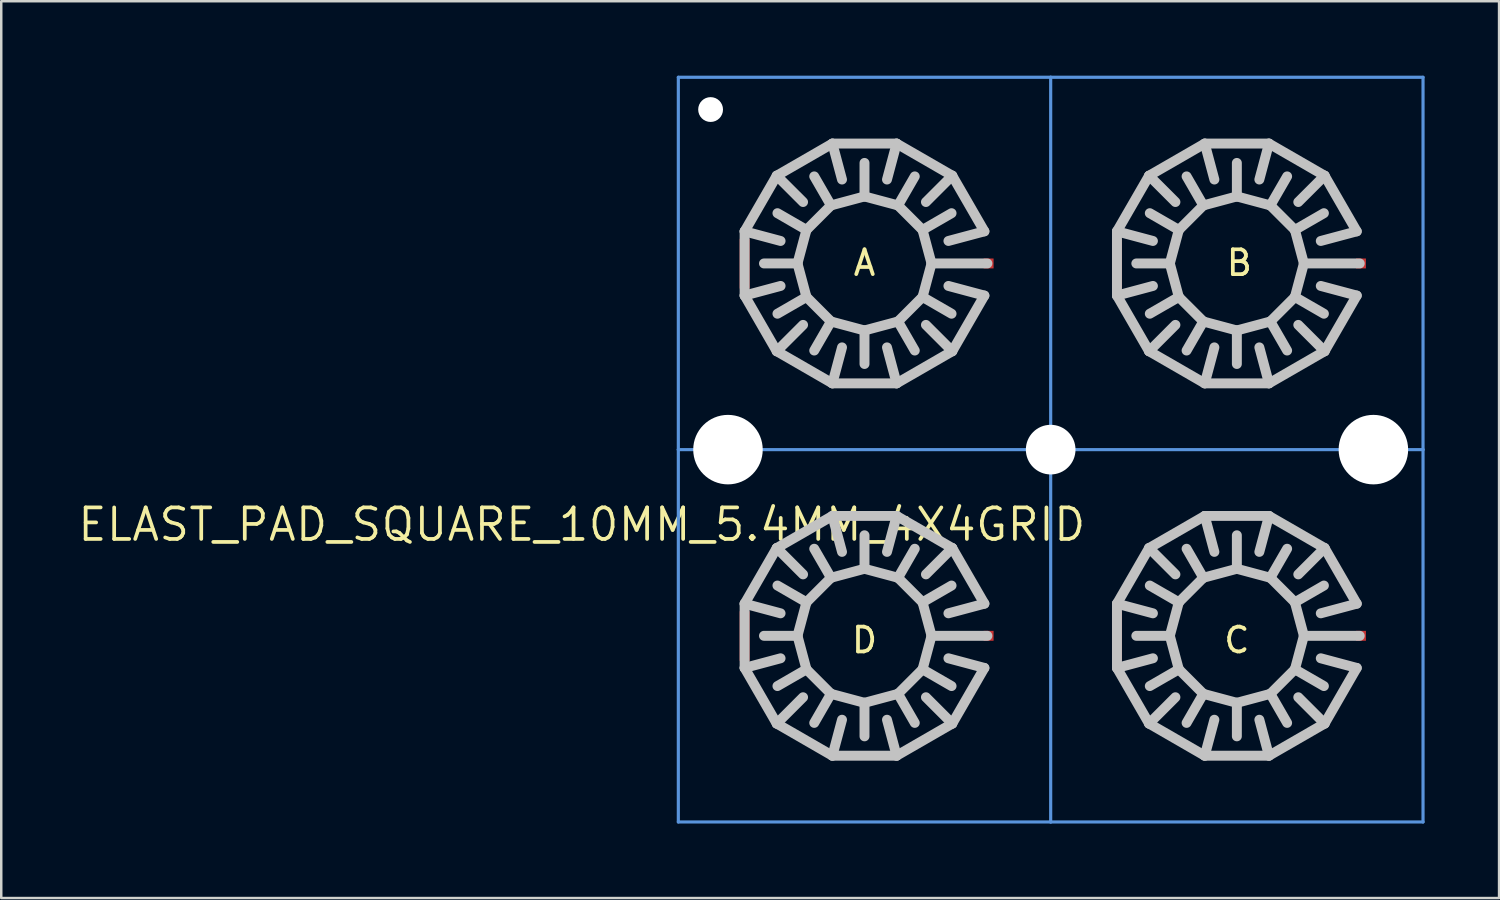
<source format=kicad_pcb>
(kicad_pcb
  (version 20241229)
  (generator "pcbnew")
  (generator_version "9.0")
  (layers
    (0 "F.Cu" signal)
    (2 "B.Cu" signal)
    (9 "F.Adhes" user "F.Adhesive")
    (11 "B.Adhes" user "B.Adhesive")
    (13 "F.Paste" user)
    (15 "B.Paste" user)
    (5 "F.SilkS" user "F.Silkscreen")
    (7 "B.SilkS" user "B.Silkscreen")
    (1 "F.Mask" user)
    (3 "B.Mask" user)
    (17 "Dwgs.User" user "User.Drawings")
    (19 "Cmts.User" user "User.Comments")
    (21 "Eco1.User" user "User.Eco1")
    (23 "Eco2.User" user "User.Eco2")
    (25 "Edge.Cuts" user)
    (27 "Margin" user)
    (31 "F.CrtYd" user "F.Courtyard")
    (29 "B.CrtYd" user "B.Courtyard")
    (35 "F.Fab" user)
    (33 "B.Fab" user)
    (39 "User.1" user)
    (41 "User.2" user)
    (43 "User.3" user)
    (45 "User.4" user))
  (footprint "ELAST_PAD_SQUARE_10MM_5.4MM_4X4GRID"
    (layer "F.Cu")
    (at 39.276 15.038)
    (property "Reference" "ELAST_PAD_SQUARE_10MM_5.4MM_4X4GRID" (at 1.5 2.3 0) (layer "F.SilkS") (effects (font (size 1.27 1.27) (thickness 0.15)) (justify right top)))
    (attr through_hole)
    (fp_circle (center -7.5 -7.475) (end -3.7 -7.475) (stroke (width 3) (type solid)) (fill no) (layer "F.Mask"))
    (fp_circle (center -7.5 7.525) (end -3.7 7.525) (stroke (width 3) (type solid)) (fill no) (layer "F.Mask"))
    (fp_circle (center 7.5 -7.475) (end 11.3 -7.475) (stroke (width 3) (type solid)) (fill no) (layer "F.Mask"))
    (fp_circle (center 7.5 7.525) (end 11.3 7.525) (stroke (width 3) (type solid)) (fill no) (layer "F.Mask"))
    (fp_line (start -12.33 -8.769) (end -12.33 -6.181) (stroke (width 0.4) (type solid)) (layer "Dwgs.User"))
    (fp_line (start -12.33 -6.181) (end -11.036 -3.939) (stroke (width 0.4) (type solid)) (layer "Dwgs.User"))
    (fp_line (start -12.33 6.231) (end -12.33 8.819) (stroke (width 0.4) (type solid)) (layer "Dwgs.User"))
    (fp_line (start -12.33 8.819) (end -11.036 11.061) (stroke (width 0.4) (type solid)) (layer "Dwgs.User"))
    (fp_line (start -11.036 -11.01) (end -12.33 -8.769) (stroke (width 0.4) (type solid)) (layer "Dwgs.User"))
    (fp_line (start -11.036 -3.939) (end -8.794 -2.645) (stroke (width 0.4) (type solid)) (layer "Dwgs.User"))
    (fp_line (start -11.036 3.99) (end -12.33 6.231) (stroke (width 0.4) (type solid)) (layer "Dwgs.User"))
    (fp_line (start -11.036 11.061) (end -8.794 12.355) (stroke (width 0.4) (type solid)) (layer "Dwgs.User"))
    (fp_line (start -10.881 -8.381) (end -12.33 -8.769) (stroke (width 0.4) (type solid)) (layer "Dwgs.User"))
    (fp_line (start -10.881 -6.569) (end -12.33 -6.181) (stroke (width 0.4) (type solid)) (layer "Dwgs.User"))
    (fp_line (start -10.881 6.619) (end -12.33 6.231) (stroke (width 0.4) (type solid)) (layer "Dwgs.User"))
    (fp_line (start -10.881 8.431) (end -12.33 8.819) (stroke (width 0.4) (type solid)) (layer "Dwgs.User"))
    (fp_line (start -10.2 -7.475) (end -11.55 -7.475) (stroke (width 0.4) (type solid)) (layer "Dwgs.User"))
    (fp_line (start -10.2 -7.475) (end -9.838 -6.125) (stroke (width 0.4) (type solid)) (layer "Dwgs.User"))
    (fp_line (start -10.2 7.525) (end -11.55 7.525) (stroke (width 0.4) (type solid)) (layer "Dwgs.User"))
    (fp_line (start -10.2 7.525) (end -9.838 8.875) (stroke (width 0.4) (type solid)) (layer "Dwgs.User"))
    (fp_line (start -9.975 -9.95) (end -11.036 -11.01) (stroke (width 0.4) (type solid)) (layer "Dwgs.User"))
    (fp_line (start -9.975 -5) (end -11.036 -3.939) (stroke (width 0.4) (type solid)) (layer "Dwgs.User"))
    (fp_line (start -9.975 5.05) (end -11.036 3.99) (stroke (width 0.4) (type solid)) (layer "Dwgs.User"))
    (fp_line (start -9.975 10) (end -11.036 11.061) (stroke (width 0.4) (type solid)) (layer "Dwgs.User"))
    (fp_line (start -9.838 -8.825) (end -11.007 -9.5) (stroke (width 0.4) (type solid)) (layer "Dwgs.User"))
    (fp_line (start -9.838 -8.825) (end -10.2 -7.475) (stroke (width 0.4) (type solid)) (layer "Dwgs.User"))
    (fp_line (start -9.838 -6.125) (end -11.007 -5.45) (stroke (width 0.4) (type solid)) (layer "Dwgs.User"))
    (fp_line (start -9.838 -6.125) (end -8.85 -5.137) (stroke (width 0.4) (type solid)) (layer "Dwgs.User"))
    (fp_line (start -9.838 6.175) (end -11.007 5.5) (stroke (width 0.4) (type solid)) (layer "Dwgs.User"))
    (fp_line (start -9.838 6.175) (end -10.2 7.525) (stroke (width 0.4) (type solid)) (layer "Dwgs.User"))
    (fp_line (start -9.838 8.875) (end -11.007 9.55) (stroke (width 0.4) (type solid)) (layer "Dwgs.User"))
    (fp_line (start -9.838 8.875) (end -8.85 9.863) (stroke (width 0.4) (type solid)) (layer "Dwgs.User"))
    (fp_line (start -8.85 -9.813) (end -9.838 -8.825) (stroke (width 0.4) (type solid)) (layer "Dwgs.User"))
    (fp_line (start -8.85 -9.813) (end -9.525 -10.982) (stroke (width 0.4) (type solid)) (layer "Dwgs.User"))
    (fp_line (start -8.85 -5.137) (end -9.525 -3.967) (stroke (width 0.4) (type solid)) (layer "Dwgs.User"))
    (fp_line (start -8.85 -5.137) (end -7.5 -4.775) (stroke (width 0.4) (type solid)) (layer "Dwgs.User"))
    (fp_line (start -8.85 5.187) (end -9.838 6.175) (stroke (width 0.4) (type solid)) (layer "Dwgs.User"))
    (fp_line (start -8.85 5.187) (end -9.525 4.018) (stroke (width 0.4) (type solid)) (layer "Dwgs.User"))
    (fp_line (start -8.85 9.863) (end -9.525 11.033) (stroke (width 0.4) (type solid)) (layer "Dwgs.User"))
    (fp_line (start -8.85 9.863) (end -7.5 10.225) (stroke (width 0.4) (type solid)) (layer "Dwgs.User"))
    (fp_line (start -8.794 -12.304) (end -11.036 -11.01) (stroke (width 0.4) (type solid)) (layer "Dwgs.User"))
    (fp_line (start -8.794 -2.645) (end -6.206 -2.645) (stroke (width 0.4) (type solid)) (layer "Dwgs.User"))
    (fp_line (start -8.794 2.696) (end -11.036 3.99) (stroke (width 0.4) (type solid)) (layer "Dwgs.User"))
    (fp_line (start -8.794 12.355) (end -6.206 12.355) (stroke (width 0.4) (type solid)) (layer "Dwgs.User"))
    (fp_line (start -8.406 -10.856) (end -8.794 -12.304) (stroke (width 0.4) (type solid)) (layer "Dwgs.User"))
    (fp_line (start -8.406 -4.094) (end -8.794 -2.645) (stroke (width 0.4) (type solid)) (layer "Dwgs.User"))
    (fp_line (start -8.406 4.144) (end -8.794 2.696) (stroke (width 0.4) (type solid)) (layer "Dwgs.User"))
    (fp_line (start -8.406 10.906) (end -8.794 12.355) (stroke (width 0.4) (type solid)) (layer "Dwgs.User"))
    (fp_line (start -7.5 -10.175) (end -8.85 -9.813) (stroke (width 0.4) (type solid)) (layer "Dwgs.User"))
    (fp_line (start -7.5 -10.175) (end -7.5 -11.525) (stroke (width 0.4) (type solid)) (layer "Dwgs.User"))
    (fp_line (start -7.5 -4.775) (end -7.5 -3.425) (stroke (width 0.4) (type solid)) (layer "Dwgs.User"))
    (fp_line (start -7.5 -4.775) (end -6.15 -5.137) (stroke (width 0.4) (type solid)) (layer "Dwgs.User"))
    (fp_line (start -7.5 4.825) (end -8.85 5.187) (stroke (width 0.4) (type solid)) (layer "Dwgs.User"))
    (fp_line (start -7.5 4.825) (end -7.5 3.475) (stroke (width 0.4) (type solid)) (layer "Dwgs.User"))
    (fp_line (start -7.5 10.225) (end -7.5 11.575) (stroke (width 0.4) (type solid)) (layer "Dwgs.User"))
    (fp_line (start -7.5 10.225) (end -6.15 9.863) (stroke (width 0.4) (type solid)) (layer "Dwgs.User"))
    (fp_line (start -6.594 -10.856) (end -6.206 -12.304) (stroke (width 0.4) (type solid)) (layer "Dwgs.User"))
    (fp_line (start -6.594 -4.094) (end -6.206 -2.645) (stroke (width 0.4) (type solid)) (layer "Dwgs.User"))
    (fp_line (start -6.594 4.144) (end -6.206 2.696) (stroke (width 0.4) (type solid)) (layer "Dwgs.User"))
    (fp_line (start -6.594 10.906) (end -6.206 12.355) (stroke (width 0.4) (type solid)) (layer "Dwgs.User"))
    (fp_line (start -6.206 -12.304) (end -8.794 -12.304) (stroke (width 0.4) (type solid)) (layer "Dwgs.User"))
    (fp_line (start -6.206 -2.645) (end -3.964 -3.939) (stroke (width 0.4) (type solid)) (layer "Dwgs.User"))
    (fp_line (start -6.206 2.696) (end -8.794 2.696) (stroke (width 0.4) (type solid)) (layer "Dwgs.User"))
    (fp_line (start -6.206 12.355) (end -3.964 11.061) (stroke (width 0.4) (type solid)) (layer "Dwgs.User"))
    (fp_line (start -6.15 -9.813) (end -7.5 -10.175) (stroke (width 0.4) (type solid)) (layer "Dwgs.User"))
    (fp_line (start -6.15 -9.813) (end -5.475 -10.982) (stroke (width 0.4) (type solid)) (layer "Dwgs.User"))
    (fp_line (start -6.15 -5.137) (end -5.475 -3.967) (stroke (width 0.4) (type solid)) (layer "Dwgs.User"))
    (fp_line (start -6.15 -5.137) (end -5.162 -6.125) (stroke (width 0.4) (type solid)) (layer "Dwgs.User"))
    (fp_line (start -6.15 5.187) (end -7.5 4.825) (stroke (width 0.4) (type solid)) (layer "Dwgs.User"))
    (fp_line (start -6.15 5.187) (end -5.475 4.018) (stroke (width 0.4) (type solid)) (layer "Dwgs.User"))
    (fp_line (start -6.15 9.863) (end -5.475 11.033) (stroke (width 0.4) (type solid)) (layer "Dwgs.User"))
    (fp_line (start -6.15 9.863) (end -5.162 8.875) (stroke (width 0.4) (type solid)) (layer "Dwgs.User"))
    (fp_line (start -5.162 -8.825) (end -6.15 -9.813) (stroke (width 0.4) (type solid)) (layer "Dwgs.User"))
    (fp_line (start -5.162 -8.825) (end -3.993 -9.5) (stroke (width 0.4) (type solid)) (layer "Dwgs.User"))
    (fp_line (start -5.162 -6.125) (end -4.8 -7.475) (stroke (width 0.4) (type solid)) (layer "Dwgs.User"))
    (fp_line (start -5.162 -6.125) (end -3.993 -5.45) (stroke (width 0.4) (type solid)) (layer "Dwgs.User"))
    (fp_line (start -5.162 6.175) (end -6.15 5.187) (stroke (width 0.4) (type solid)) (layer "Dwgs.User"))
    (fp_line (start -5.162 6.175) (end -3.993 5.5) (stroke (width 0.4) (type solid)) (layer "Dwgs.User"))
    (fp_line (start -5.162 8.875) (end -4.8 7.525) (stroke (width 0.4) (type solid)) (layer "Dwgs.User"))
    (fp_line (start -5.162 8.875) (end -3.993 9.55) (stroke (width 0.4) (type solid)) (layer "Dwgs.User"))
    (fp_line (start -5.025 -9.95) (end -3.964 -11.01) (stroke (width 0.4) (type solid)) (layer "Dwgs.User"))
    (fp_line (start -5.025 -5) (end -3.964 -3.939) (stroke (width 0.4) (type solid)) (layer "Dwgs.User"))
    (fp_line (start -5.025 5.05) (end -3.964 3.99) (stroke (width 0.4) (type solid)) (layer "Dwgs.User"))
    (fp_line (start -5.025 10) (end -3.964 11.061) (stroke (width 0.4) (type solid)) (layer "Dwgs.User"))
    (fp_line (start -4.8 -7.475) (end -5.162 -8.825) (stroke (width 0.4) (type solid)) (layer "Dwgs.User"))
    (fp_line (start -4.8 -7.475) (end -2.55 -7.475) (stroke (width 0.4) (type solid)) (layer "Dwgs.User"))
    (fp_line (start -4.8 7.525) (end -5.162 6.175) (stroke (width 0.4) (type solid)) (layer "Dwgs.User"))
    (fp_line (start -4.8 7.525) (end -2.55 7.525) (stroke (width 0.4) (type solid)) (layer "Dwgs.User"))
    (fp_line (start -4.119 -8.381) (end -2.67 -8.769) (stroke (width 0.4) (type solid)) (layer "Dwgs.User"))
    (fp_line (start -4.119 -6.569) (end -2.67 -6.181) (stroke (width 0.4) (type solid)) (layer "Dwgs.User"))
    (fp_line (start -4.119 6.619) (end -2.67 6.231) (stroke (width 0.4) (type solid)) (layer "Dwgs.User"))
    (fp_line (start -4.119 8.431) (end -2.67 8.819) (stroke (width 0.4) (type solid)) (layer "Dwgs.User"))
    (fp_line (start -3.964 -11.01) (end -6.206 -12.304) (stroke (width 0.4) (type solid)) (layer "Dwgs.User"))
    (fp_line (start -3.964 -3.939) (end -2.67 -6.181) (stroke (width 0.4) (type solid)) (layer "Dwgs.User"))
    (fp_line (start -3.964 3.99) (end -6.206 2.696) (stroke (width 0.4) (type solid)) (layer "Dwgs.User"))
    (fp_line (start -3.964 11.061) (end -2.67 8.819) (stroke (width 0.4) (type solid)) (layer "Dwgs.User"))
    (fp_line (start -2.67 -8.769) (end -3.964 -11.01) (stroke (width 0.4) (type solid)) (layer "Dwgs.User"))
    (fp_line (start -2.67 6.231) (end -3.964 3.99) (stroke (width 0.4) (type solid)) (layer "Dwgs.User"))
    (fp_line (start 2.67 -8.769) (end 2.67 -6.181) (stroke (width 0.4) (type solid)) (layer "Dwgs.User"))
    (fp_line (start 2.67 -6.181) (end 3.964 -3.939) (stroke (width 0.4) (type solid)) (layer "Dwgs.User"))
    (fp_line (start 2.67 6.231) (end 2.67 8.819) (stroke (width 0.4) (type solid)) (layer "Dwgs.User"))
    (fp_line (start 2.67 8.819) (end 3.964 11.061) (stroke (width 0.4) (type solid)) (layer "Dwgs.User"))
    (fp_line (start 3.964 -11.01) (end 2.67 -8.769) (stroke (width 0.4) (type solid)) (layer "Dwgs.User"))
    (fp_line (start 3.964 -3.939) (end 6.206 -2.645) (stroke (width 0.4) (type solid)) (layer "Dwgs.User"))
    (fp_line (start 3.964 3.99) (end 2.67 6.231) (stroke (width 0.4) (type solid)) (layer "Dwgs.User"))
    (fp_line (start 3.964 11.061) (end 6.206 12.355) (stroke (width 0.4) (type solid)) (layer "Dwgs.User"))
    (fp_line (start 4.119 -8.381) (end 2.67 -8.769) (stroke (width 0.4) (type solid)) (layer "Dwgs.User"))
    (fp_line (start 4.119 -6.569) (end 2.67 -6.181) (stroke (width 0.4) (type solid)) (layer "Dwgs.User"))
    (fp_line (start 4.119 6.619) (end 2.67 6.231) (stroke (width 0.4) (type solid)) (layer "Dwgs.User"))
    (fp_line (start 4.119 8.431) (end 2.67 8.819) (stroke (width 0.4) (type solid)) (layer "Dwgs.User"))
    (fp_line (start 4.8 -7.475) (end 3.45 -7.475) (stroke (width 0.4) (type solid)) (layer "Dwgs.User"))
    (fp_line (start 4.8 -7.475) (end 5.162 -6.125) (stroke (width 0.4) (type solid)) (layer "Dwgs.User"))
    (fp_line (start 4.8 7.525) (end 3.45 7.525) (stroke (width 0.4) (type solid)) (layer "Dwgs.User"))
    (fp_line (start 4.8 7.525) (end 5.162 8.875) (stroke (width 0.4) (type solid)) (layer "Dwgs.User"))
    (fp_line (start 5.025 -9.95) (end 3.964 -11.01) (stroke (width 0.4) (type solid)) (layer "Dwgs.User"))
    (fp_line (start 5.025 -5) (end 3.964 -3.939) (stroke (width 0.4) (type solid)) (layer "Dwgs.User"))
    (fp_line (start 5.025 5.05) (end 3.964 3.99) (stroke (width 0.4) (type solid)) (layer "Dwgs.User"))
    (fp_line (start 5.025 10) (end 3.964 11.061) (stroke (width 0.4) (type solid)) (layer "Dwgs.User"))
    (fp_line (start 5.162 -8.825) (end 3.993 -9.5) (stroke (width 0.4) (type solid)) (layer "Dwgs.User"))
    (fp_line (start 5.162 -8.825) (end 4.8 -7.475) (stroke (width 0.4) (type solid)) (layer "Dwgs.User"))
    (fp_line (start 5.162 -6.125) (end 3.993 -5.45) (stroke (width 0.4) (type solid)) (layer "Dwgs.User"))
    (fp_line (start 5.162 -6.125) (end 6.15 -5.137) (stroke (width 0.4) (type solid)) (layer "Dwgs.User"))
    (fp_line (start 5.162 6.175) (end 3.993 5.5) (stroke (width 0.4) (type solid)) (layer "Dwgs.User"))
    (fp_line (start 5.162 6.175) (end 4.8 7.525) (stroke (width 0.4) (type solid)) (layer "Dwgs.User"))
    (fp_line (start 5.162 8.875) (end 3.993 9.55) (stroke (width 0.4) (type solid)) (layer "Dwgs.User"))
    (fp_line (start 5.162 8.875) (end 6.15 9.863) (stroke (width 0.4) (type solid)) (layer "Dwgs.User"))
    (fp_line (start 6.15 -9.813) (end 5.162 -8.825) (stroke (width 0.4) (type solid)) (layer "Dwgs.User"))
    (fp_line (start 6.15 -9.813) (end 5.475 -10.982) (stroke (width 0.4) (type solid)) (layer "Dwgs.User"))
    (fp_line (start 6.15 -5.137) (end 5.475 -3.967) (stroke (width 0.4) (type solid)) (layer "Dwgs.User"))
    (fp_line (start 6.15 -5.137) (end 7.5 -4.775) (stroke (width 0.4) (type solid)) (layer "Dwgs.User"))
    (fp_line (start 6.15 5.187) (end 5.162 6.175) (stroke (width 0.4) (type solid)) (layer "Dwgs.User"))
    (fp_line (start 6.15 5.187) (end 5.475 4.018) (stroke (width 0.4) (type solid)) (layer "Dwgs.User"))
    (fp_line (start 6.15 9.863) (end 5.475 11.033) (stroke (width 0.4) (type solid)) (layer "Dwgs.User"))
    (fp_line (start 6.15 9.863) (end 7.5 10.225) (stroke (width 0.4) (type solid)) (layer "Dwgs.User"))
    (fp_line (start 6.206 -12.304) (end 3.964 -11.01) (stroke (width 0.4) (type solid)) (layer "Dwgs.User"))
    (fp_line (start 6.206 -2.645) (end 8.794 -2.645) (stroke (width 0.4) (type solid)) (layer "Dwgs.User"))
    (fp_line (start 6.206 2.696) (end 3.964 3.99) (stroke (width 0.4) (type solid)) (layer "Dwgs.User"))
    (fp_line (start 6.206 12.355) (end 8.794 12.355) (stroke (width 0.4) (type solid)) (layer "Dwgs.User"))
    (fp_line (start 6.594 -10.856) (end 6.206 -12.304) (stroke (width 0.4) (type solid)) (layer "Dwgs.User"))
    (fp_line (start 6.594 -4.094) (end 6.206 -2.645) (stroke (width 0.4) (type solid)) (layer "Dwgs.User"))
    (fp_line (start 6.594 4.144) (end 6.206 2.696) (stroke (width 0.4) (type solid)) (layer "Dwgs.User"))
    (fp_line (start 6.594 10.906) (end 6.206 12.355) (stroke (width 0.4) (type solid)) (layer "Dwgs.User"))
    (fp_line (start 7.5 -10.175) (end 6.15 -9.813) (stroke (width 0.4) (type solid)) (layer "Dwgs.User"))
    (fp_line (start 7.5 -10.175) (end 7.5 -11.525) (stroke (width 0.4) (type solid)) (layer "Dwgs.User"))
    (fp_line (start 7.5 -4.775) (end 7.5 -3.425) (stroke (width 0.4) (type solid)) (layer "Dwgs.User"))
    (fp_line (start 7.5 -4.775) (end 8.85 -5.137) (stroke (width 0.4) (type solid)) (layer "Dwgs.User"))
    (fp_line (start 7.5 4.825) (end 6.15 5.187) (stroke (width 0.4) (type solid)) (layer "Dwgs.User"))
    (fp_line (start 7.5 4.825) (end 7.5 3.475) (stroke (width 0.4) (type solid)) (layer "Dwgs.User"))
    (fp_line (start 7.5 10.225) (end 7.5 11.575) (stroke (width 0.4) (type solid)) (layer "Dwgs.User"))
    (fp_line (start 7.5 10.225) (end 8.85 9.863) (stroke (width 0.4) (type solid)) (layer "Dwgs.User"))
    (fp_line (start 8.406 -10.856) (end 8.794 -12.304) (stroke (width 0.4) (type solid)) (layer "Dwgs.User"))
    (fp_line (start 8.406 -4.094) (end 8.794 -2.645) (stroke (width 0.4) (type solid)) (layer "Dwgs.User"))
    (fp_line (start 8.406 4.144) (end 8.794 2.696) (stroke (width 0.4) (type solid)) (layer "Dwgs.User"))
    (fp_line (start 8.406 10.906) (end 8.794 12.355) (stroke (width 0.4) (type solid)) (layer "Dwgs.User"))
    (fp_line (start 8.794 -12.304) (end 6.206 -12.304) (stroke (width 0.4) (type solid)) (layer "Dwgs.User"))
    (fp_line (start 8.794 -2.645) (end 11.036 -3.939) (stroke (width 0.4) (type solid)) (layer "Dwgs.User"))
    (fp_line (start 8.794 2.696) (end 6.206 2.696) (stroke (width 0.4) (type solid)) (layer "Dwgs.User"))
    (fp_line (start 8.794 12.355) (end 11.036 11.061) (stroke (width 0.4) (type solid)) (layer "Dwgs.User"))
    (fp_line (start 8.85 -9.813) (end 7.5 -10.175) (stroke (width 0.4) (type solid)) (layer "Dwgs.User"))
    (fp_line (start 8.85 -9.813) (end 9.525 -10.982) (stroke (width 0.4) (type solid)) (layer "Dwgs.User"))
    (fp_line (start 8.85 -5.137) (end 9.525 -3.967) (stroke (width 0.4) (type solid)) (layer "Dwgs.User"))
    (fp_line (start 8.85 -5.137) (end 9.838 -6.125) (stroke (width 0.4) (type solid)) (layer "Dwgs.User"))
    (fp_line (start 8.85 5.187) (end 7.5 4.825) (stroke (width 0.4) (type solid)) (layer "Dwgs.User"))
    (fp_line (start 8.85 5.187) (end 9.525 4.018) (stroke (width 0.4) (type solid)) (layer "Dwgs.User"))
    (fp_line (start 8.85 9.863) (end 9.525 11.033) (stroke (width 0.4) (type solid)) (layer "Dwgs.User"))
    (fp_line (start 8.85 9.863) (end 9.838 8.875) (stroke (width 0.4) (type solid)) (layer "Dwgs.User"))
    (fp_line (start 9.838 -8.825) (end 8.85 -9.813) (stroke (width 0.4) (type solid)) (layer "Dwgs.User"))
    (fp_line (start 9.838 -8.825) (end 11.007 -9.5) (stroke (width 0.4) (type solid)) (layer "Dwgs.User"))
    (fp_line (start 9.838 -6.125) (end 10.2 -7.475) (stroke (width 0.4) (type solid)) (layer "Dwgs.User"))
    (fp_line (start 9.838 -6.125) (end 11.007 -5.45) (stroke (width 0.4) (type solid)) (layer "Dwgs.User"))
    (fp_line (start 9.838 6.175) (end 8.85 5.187) (stroke (width 0.4) (type solid)) (layer "Dwgs.User"))
    (fp_line (start 9.838 6.175) (end 11.007 5.5) (stroke (width 0.4) (type solid)) (layer "Dwgs.User"))
    (fp_line (start 9.838 8.875) (end 10.2 7.525) (stroke (width 0.4) (type solid)) (layer "Dwgs.User"))
    (fp_line (start 9.838 8.875) (end 11.007 9.55) (stroke (width 0.4) (type solid)) (layer "Dwgs.User"))
    (fp_line (start 9.975 -9.95) (end 11.036 -11.01) (stroke (width 0.4) (type solid)) (layer "Dwgs.User"))
    (fp_line (start 9.975 -5) (end 11.036 -3.939) (stroke (width 0.4) (type solid)) (layer "Dwgs.User"))
    (fp_line (start 9.975 5.05) (end 11.036 3.99) (stroke (width 0.4) (type solid)) (layer "Dwgs.User"))
    (fp_line (start 9.975 10) (end 11.036 11.061) (stroke (width 0.4) (type solid)) (layer "Dwgs.User"))
    (fp_line (start 10.2 -7.475) (end 9.838 -8.825) (stroke (width 0.4) (type solid)) (layer "Dwgs.User"))
    (fp_line (start 10.2 -7.475) (end 12.45 -7.475) (stroke (width 0.4) (type solid)) (layer "Dwgs.User"))
    (fp_line (start 10.2 7.525) (end 9.838 6.175) (stroke (width 0.4) (type solid)) (layer "Dwgs.User"))
    (fp_line (start 10.2 7.525) (end 12.45 7.525) (stroke (width 0.4) (type solid)) (layer "Dwgs.User"))
    (fp_line (start 10.881 -8.381) (end 12.33 -8.769) (stroke (width 0.4) (type solid)) (layer "Dwgs.User"))
    (fp_line (start 10.881 -6.569) (end 12.33 -6.181) (stroke (width 0.4) (type solid)) (layer "Dwgs.User"))
    (fp_line (start 10.881 6.619) (end 12.33 6.231) (stroke (width 0.4) (type solid)) (layer "Dwgs.User"))
    (fp_line (start 10.881 8.431) (end 12.33 8.819) (stroke (width 0.4) (type solid)) (layer "Dwgs.User"))
    (fp_line (start 11.036 -11.01) (end 8.794 -12.304) (stroke (width 0.4) (type solid)) (layer "Dwgs.User"))
    (fp_line (start 11.036 -3.939) (end 12.33 -6.181) (stroke (width 0.4) (type solid)) (layer "Dwgs.User"))
    (fp_line (start 11.036 3.99) (end 8.794 2.696) (stroke (width 0.4) (type solid)) (layer "Dwgs.User"))
    (fp_line (start 11.036 11.061) (end 12.33 8.819) (stroke (width 0.4) (type solid)) (layer "Dwgs.User"))
    (fp_line (start 12.33 -8.769) (end 11.036 -11.01) (stroke (width 0.4) (type solid)) (layer "Dwgs.User"))
    (fp_line (start 12.33 6.231) (end 11.036 3.99) (stroke (width 0.4) (type solid)) (layer "Dwgs.User"))
    (fp_line (start -15 -14.975) (end 0 -14.975) (stroke (width 0.127) (type solid)) (layer "Cmts.User"))
    (fp_line (start -15 0.025) (end -15 -14.975) (stroke (width 0.127) (type solid)) (layer "Cmts.User"))
    (fp_line (start -15 0.025) (end 0 0.025) (stroke (width 0.127) (type solid)) (layer "Cmts.User"))
    (fp_line (start -15 15.025) (end -15 0.025) (stroke (width 0.127) (type solid)) (layer "Cmts.User"))
    (fp_line (start 0 -14.975) (end 15 -14.975) (stroke (width 0.127) (type solid)) (layer "Cmts.User"))
    (fp_line (start 0 0.025) (end 0 -14.975) (stroke (width 0.127) (type solid)) (layer "Cmts.User"))
    (fp_line (start 0 15.025) (end -15 15.025) (stroke (width 0.127) (type solid)) (layer "Cmts.User"))
    (fp_line (start 0 15.025) (end 0 0.025) (stroke (width 0.127) (type solid)) (layer "Cmts.User"))
    (fp_line (start 15 0.025) (end 0 0.025) (stroke (width 0.127) (type solid)) (layer "Cmts.User"))
    (fp_line (start 15 0.025) (end 15 -14.975) (stroke (width 0.127) (type solid)) (layer "Cmts.User"))
    (fp_line (start 15 15.025) (end 0 15.025) (stroke (width 0.127) (type solid)) (layer "Cmts.User"))
    (fp_line (start 15 15.025) (end 15 0.025) (stroke (width 0.127) (type solid)) (layer "Cmts.User"))
    (fp_text user "A" (at -7.5 -7.5 0) (layer "F.SilkS") (effects (font (size 1 1) (thickness 0.15))))
    (fp_text user "C" (at 7.5 7.7 180) (layer "F.SilkS") (effects (font (size 1 1) (thickness 0.15))))
    (fp_text user "B" (at 7.6 -7.5 180) (layer "F.SilkS") (effects (font (size 1 1) (thickness 0.15))))
    (fp_text user "D" (at -7.5 7.7 180) (layer "F.SilkS") (effects (font (size 1 1) (thickness 0.15))))
    (pad "" np_thru_hole circle (at -13.7 -13.675) (size 1 1) (drill 1) (layers "*.Cu" "*.Mask"))
    (pad "" np_thru_hole circle (at -13 0.025) (size 2.8 2.8) (drill 2.8) (layers "*.Cu" "*.Mask"))
    (pad "" np_thru_hole circle (at 0 0.025) (size 2 2) (drill 2) (layers "*.Cu" "*.Mask"))
    (pad "" np_thru_hole circle (at 13 0.025) (size 2.8 2.8) (drill 2.8) (layers "*.Cu" "*.Mask"))
    (pad "1" smd rect (at -12.33 -7.465 90) (size 2 0.4) (layers "F.Cu" "F.Mask" "F.Paste"))
    (pad "2" smd rect (at -2.5 -7.475) (size 0.4 0.4) (layers "F.Cu" "F.Mask" "F.Paste"))
    (pad "3" smd rect (at 2.67 -7.465 90) (size 2 0.4) (layers "F.Cu" "F.Mask" "F.Paste"))
    (pad "4" smd rect (at 12.5 -7.475) (size 0.4 0.4) (layers "F.Cu" "F.Mask" "F.Paste"))
    (pad "5" smd rect (at 2.67 7.535 90) (size 2 0.4) (layers "F.Cu" "F.Mask" "F.Paste"))
    (pad "6" smd rect (at 12.5 7.525) (size 0.4 0.4) (layers "F.Cu" "F.Mask" "F.Paste"))
    (pad "7" smd rect (at -12.33 7.535 90) (size 2 0.4) (layers "F.Cu" "F.Mask" "F.Paste"))
    (pad "8" smd rect (at -2.5 7.525) (size 0.4 0.4) (layers "F.Cu" "F.Mask" "F.Paste")))
  (gr_rect
    (start -3 -3)
    (end 57.339 33.127)
    (stroke (width 0.1) (type default))
    (fill no)
    (layer "Edge.Cuts")))
</source>
